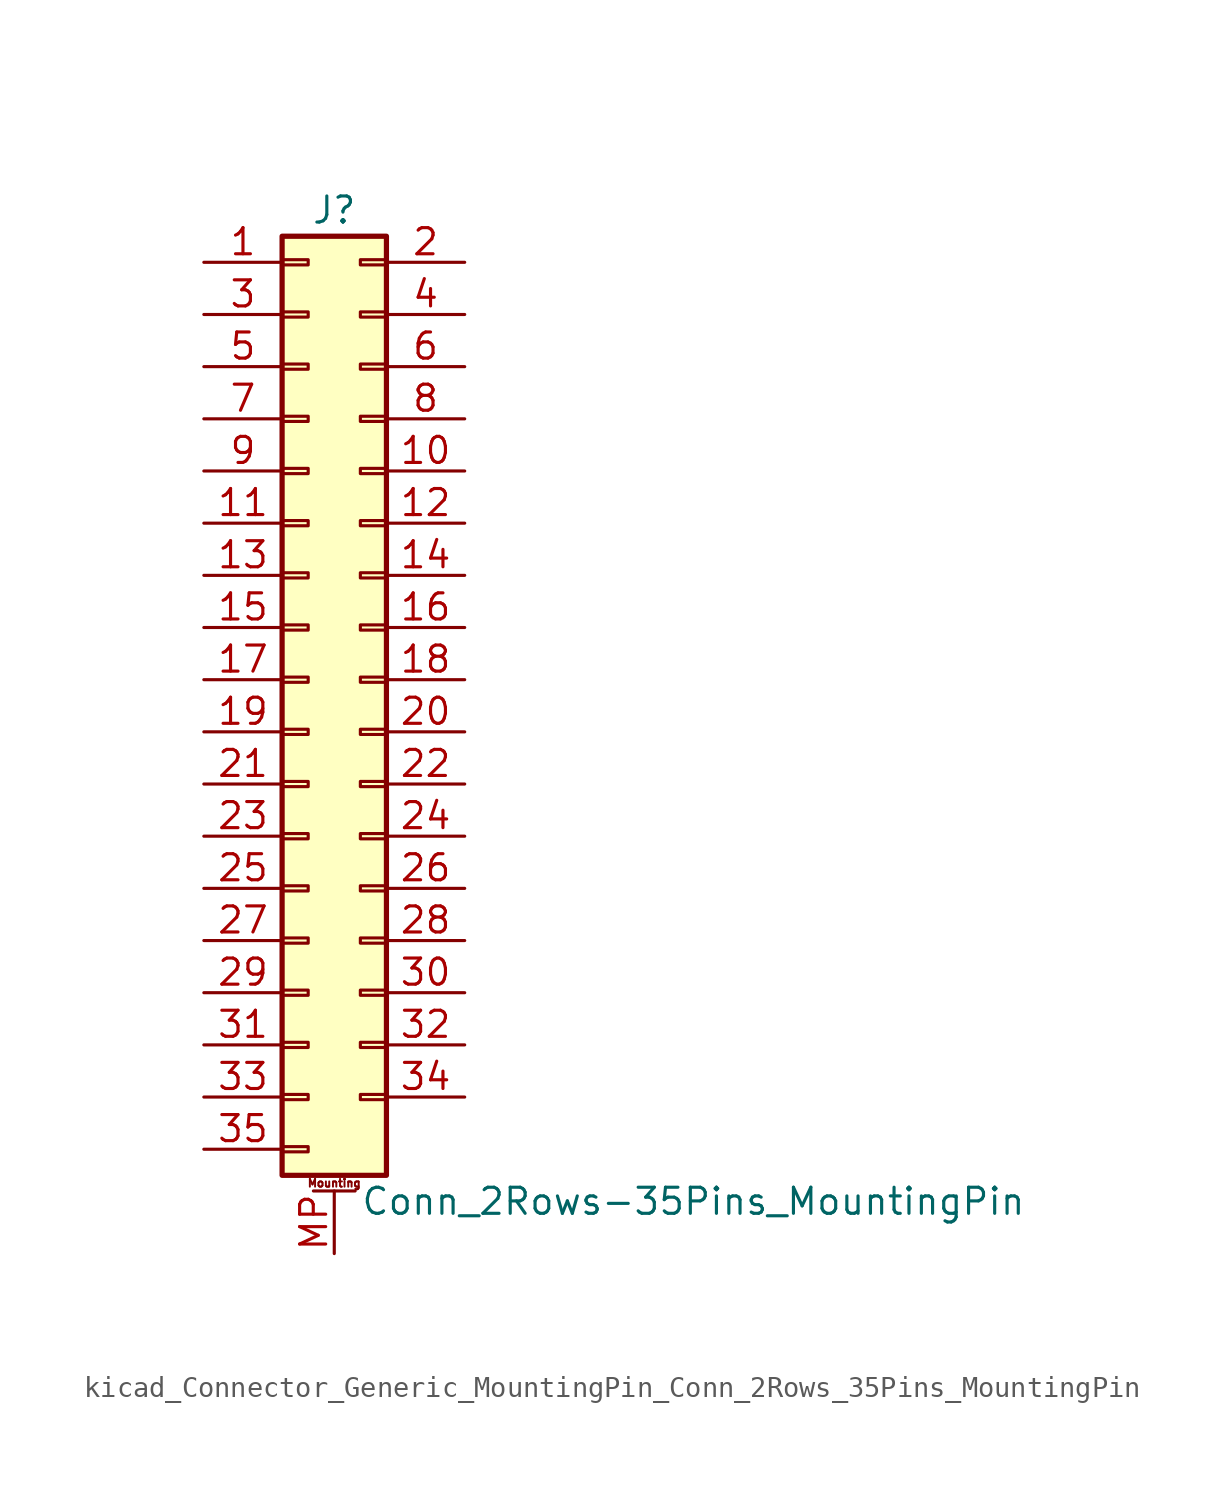
<source format=kicad_sym>
(kicad_symbol_lib
  (version 20220914)
  (generator kicad_symbol_editor)
  (symbol "kicad_Connector_Generic_MountingPin_Conn_2Rows_35Pins_MountingPin"
    (pin_names
      (offset 1.016) hide)
    (property "Reference" "J"
      (at 1.27 22.86 0)
      (effects (font (size 1.27 1.27))))
    (property "Value" "Conn_2Rows-35Pins_MountingPin"
      (at 2.54 -25.4 0)
      (effects (font (size 1.27 1.27)) (justify left)))
    (symbol "kicad_Connector_Generic_MountingPin_Conn_2Rows_35Pins_MountingPin_1_1"
      (rectangle (start -1.27 -22.733) (end 0 -22.987) (stroke (width 0.152) (type default)) (fill (type none)))
      (rectangle (start -1.27 -20.193) (end 0 -20.447) (stroke (width 0.152) (type default)) (fill (type none)))
      (rectangle (start -1.27 -17.653) (end 0 -17.907) (stroke (width 0.152) (type default)) (fill (type none)))
      (rectangle (start -1.27 -15.113) (end 0 -15.367) (stroke (width 0.152) (type default)) (fill (type none)))
      (rectangle (start -1.27 -12.573) (end 0 -12.827) (stroke (width 0.152) (type default)) (fill (type none)))
      (rectangle (start -1.27 -10.033) (end 0 -10.287) (stroke (width 0.152) (type default)) (fill (type none)))
      (rectangle (start -1.27 -7.493) (end 0 -7.747) (stroke (width 0.152) (type default)) (fill (type none)))
      (rectangle (start -1.27 -4.953) (end 0 -5.207) (stroke (width 0.152) (type default)) (fill (type none)))
      (rectangle (start -1.27 -2.413) (end 0 -2.667) (stroke (width 0.152) (type default)) (fill (type none)))
      (rectangle (start -1.27 0.127) (end 0 -0.127) (stroke (width 0.152) (type default)) (fill (type none)))
      (rectangle (start -1.27 2.667) (end 0 2.413) (stroke (width 0.152) (type default)) (fill (type none)))
      (rectangle (start -1.27 5.207) (end 0 4.953) (stroke (width 0.152) (type default)) (fill (type none)))
      (rectangle (start -1.27 7.747) (end 0 7.493) (stroke (width 0.152) (type default)) (fill (type none)))
      (rectangle (start -1.27 10.287) (end 0 10.033) (stroke (width 0.152) (type default)) (fill (type none)))
      (rectangle (start -1.27 12.827) (end 0 12.573) (stroke (width 0.152) (type default)) (fill (type none)))
      (rectangle (start -1.27 15.367) (end 0 15.113) (stroke (width 0.152) (type default)) (fill (type none)))
      (rectangle (start -1.27 17.907) (end 0 17.653) (stroke (width 0.152) (type default)) (fill (type none)))
      (rectangle (start -1.27 20.447) (end 0 20.193) (stroke (width 0.152) (type default)) (fill (type none)))
      (rectangle (start -1.27 21.59) (end 3.81 -24.13) (stroke (width 0.254) (type default)) (fill (type background)))
      (polyline (pts (xy 0.254 -24.892) (xy 2.286 -24.892)) (stroke (width 0.152) (type default)) (fill (type none)))
      (rectangle (start 3.81 -20.193) (end 2.54 -20.447) (stroke (width 0.152) (type default)) (fill (type none)))
      (rectangle (start 3.81 -17.653) (end 2.54 -17.907) (stroke (width 0.152) (type default)) (fill (type none)))
      (rectangle (start 3.81 -15.113) (end 2.54 -15.367) (stroke (width 0.152) (type default)) (fill (type none)))
      (rectangle (start 3.81 -12.573) (end 2.54 -12.827) (stroke (width 0.152) (type default)) (fill (type none)))
      (rectangle (start 3.81 -10.033) (end 2.54 -10.287) (stroke (width 0.152) (type default)) (fill (type none)))
      (rectangle (start 3.81 -7.493) (end 2.54 -7.747) (stroke (width 0.152) (type default)) (fill (type none)))
      (rectangle (start 3.81 -4.953) (end 2.54 -5.207) (stroke (width 0.152) (type default)) (fill (type none)))
      (rectangle (start 3.81 -2.413) (end 2.54 -2.667) (stroke (width 0.152) (type default)) (fill (type none)))
      (rectangle (start 3.81 0.127) (end 2.54 -0.127) (stroke (width 0.152) (type default)) (fill (type none)))
      (rectangle (start 3.81 2.667) (end 2.54 2.413) (stroke (width 0.152) (type default)) (fill (type none)))
      (rectangle (start 3.81 5.207) (end 2.54 4.953) (stroke (width 0.152) (type default)) (fill (type none)))
      (rectangle (start 3.81 7.747) (end 2.54 7.493) (stroke (width 0.152) (type default)) (fill (type none)))
      (rectangle (start 3.81 10.287) (end 2.54 10.033) (stroke (width 0.152) (type default)) (fill (type none)))
      (rectangle (start 3.81 12.827) (end 2.54 12.573) (stroke (width 0.152) (type default)) (fill (type none)))
      (rectangle (start 3.81 15.367) (end 2.54 15.113) (stroke (width 0.152) (type default)) (fill (type none)))
      (rectangle (start 3.81 17.907) (end 2.54 17.653) (stroke (width 0.152) (type default)) (fill (type none)))
      (rectangle (start 3.81 20.447) (end 2.54 20.193) (stroke (width 0.152) (type default)) (fill (type none)))
      (text "Mounting" (at 1.27 -24.511 0) (effects (font (size 0.381 0.381))))
      (pin passive line (at -5.08 20.32 0) (length 3.81) (name "Pin_1" (effects (font (size 1.27 1.27)))) (number "1" (effects (font (size 1.27 1.27)))))
      (pin passive line (at 7.62 10.16 180) (length 3.81) (name "Pin_10" (effects (font (size 1.27 1.27)))) (number "10" (effects (font (size 1.27 1.27)))))
      (pin passive line (at -5.08 7.62 0) (length 3.81) (name "Pin_11" (effects (font (size 1.27 1.27)))) (number "11" (effects (font (size 1.27 1.27)))))
      (pin passive line (at 7.62 7.62 180) (length 3.81) (name "Pin_12" (effects (font (size 1.27 1.27)))) (number "12" (effects (font (size 1.27 1.27)))))
      (pin passive line (at -5.08 5.08 0) (length 3.81) (name "Pin_13" (effects (font (size 1.27 1.27)))) (number "13" (effects (font (size 1.27 1.27)))))
      (pin passive line (at 7.62 5.08 180) (length 3.81) (name "Pin_14" (effects (font (size 1.27 1.27)))) (number "14" (effects (font (size 1.27 1.27)))))
      (pin passive line (at -5.08 2.54 0) (length 3.81) (name "Pin_15" (effects (font (size 1.27 1.27)))) (number "15" (effects (font (size 1.27 1.27)))))
      (pin passive line (at 7.62 2.54 180) (length 3.81) (name "Pin_16" (effects (font (size 1.27 1.27)))) (number "16" (effects (font (size 1.27 1.27)))))
      (pin passive line (at -5.08 0 0) (length 3.81) (name "Pin_17" (effects (font (size 1.27 1.27)))) (number "17" (effects (font (size 1.27 1.27)))))
      (pin passive line (at 7.62 0 180) (length 3.81) (name "Pin_18" (effects (font (size 1.27 1.27)))) (number "18" (effects (font (size 1.27 1.27)))))
      (pin passive line (at -5.08 -2.54 0) (length 3.81) (name "Pin_19" (effects (font (size 1.27 1.27)))) (number "19" (effects (font (size 1.27 1.27)))))
      (pin passive line (at 7.62 20.32 180) (length 3.81) (name "Pin_2" (effects (font (size 1.27 1.27)))) (number "2" (effects (font (size 1.27 1.27)))))
      (pin passive line (at 7.62 -2.54 180) (length 3.81) (name "Pin_20" (effects (font (size 1.27 1.27)))) (number "20" (effects (font (size 1.27 1.27)))))
      (pin passive line (at -5.08 -5.08 0) (length 3.81) (name "Pin_21" (effects (font (size 1.27 1.27)))) (number "21" (effects (font (size 1.27 1.27)))))
      (pin passive line (at 7.62 -5.08 180) (length 3.81) (name "Pin_22" (effects (font (size 1.27 1.27)))) (number "22" (effects (font (size 1.27 1.27)))))
      (pin passive line (at -5.08 -7.62 0) (length 3.81) (name "Pin_23" (effects (font (size 1.27 1.27)))) (number "23" (effects (font (size 1.27 1.27)))))
      (pin passive line (at 7.62 -7.62 180) (length 3.81) (name "Pin_24" (effects (font (size 1.27 1.27)))) (number "24" (effects (font (size 1.27 1.27)))))
      (pin passive line (at -5.08 -10.16 0) (length 3.81) (name "Pin_25" (effects (font (size 1.27 1.27)))) (number "25" (effects (font (size 1.27 1.27)))))
      (pin passive line (at 7.62 -10.16 180) (length 3.81) (name "Pin_26" (effects (font (size 1.27 1.27)))) (number "26" (effects (font (size 1.27 1.27)))))
      (pin passive line (at -5.08 -12.7 0) (length 3.81) (name "Pin_27" (effects (font (size 1.27 1.27)))) (number "27" (effects (font (size 1.27 1.27)))))
      (pin passive line (at 7.62 -12.7 180) (length 3.81) (name "Pin_28" (effects (font (size 1.27 1.27)))) (number "28" (effects (font (size 1.27 1.27)))))
      (pin passive line (at -5.08 -15.24 0) (length 3.81) (name "Pin_29" (effects (font (size 1.27 1.27)))) (number "29" (effects (font (size 1.27 1.27)))))
      (pin passive line (at -5.08 17.78 0) (length 3.81) (name "Pin_3" (effects (font (size 1.27 1.27)))) (number "3" (effects (font (size 1.27 1.27)))))
      (pin passive line (at 7.62 -15.24 180) (length 3.81) (name "Pin_30" (effects (font (size 1.27 1.27)))) (number "30" (effects (font (size 1.27 1.27)))))
      (pin passive line (at -5.08 -17.78 0) (length 3.81) (name "Pin_31" (effects (font (size 1.27 1.27)))) (number "31" (effects (font (size 1.27 1.27)))))
      (pin passive line (at 7.62 -17.78 180) (length 3.81) (name "Pin_32" (effects (font (size 1.27 1.27)))) (number "32" (effects (font (size 1.27 1.27)))))
      (pin passive line (at -5.08 -20.32 0) (length 3.81) (name "Pin_33" (effects (font (size 1.27 1.27)))) (number "33" (effects (font (size 1.27 1.27)))))
      (pin passive line (at 7.62 -20.32 180) (length 3.81) (name "Pin_34" (effects (font (size 1.27 1.27)))) (number "34" (effects (font (size 1.27 1.27)))))
      (pin passive line (at -5.08 -22.86 0) (length 3.81) (name "Pin_35" (effects (font (size 1.27 1.27)))) (number "35" (effects (font (size 1.27 1.27)))))
      (pin passive line (at 7.62 17.78 180) (length 3.81) (name "Pin_4" (effects (font (size 1.27 1.27)))) (number "4" (effects (font (size 1.27 1.27)))))
      (pin passive line (at -5.08 15.24 0) (length 3.81) (name "Pin_5" (effects (font (size 1.27 1.27)))) (number "5" (effects (font (size 1.27 1.27)))))
      (pin passive line (at 7.62 15.24 180) (length 3.81) (name "Pin_6" (effects (font (size 1.27 1.27)))) (number "6" (effects (font (size 1.27 1.27)))))
      (pin passive line (at -5.08 12.7 0) (length 3.81) (name "Pin_7" (effects (font (size 1.27 1.27)))) (number "7" (effects (font (size 1.27 1.27)))))
      (pin passive line (at 7.62 12.7 180) (length 3.81) (name "Pin_8" (effects (font (size 1.27 1.27)))) (number "8" (effects (font (size 1.27 1.27)))))
      (pin passive line (at -5.08 10.16 0) (length 3.81) (name "Pin_9" (effects (font (size 1.27 1.27)))) (number "9" (effects (font (size 1.27 1.27)))))
      (pin passive line (at 1.27 -27.94 90) (length 3.048) (name "MountPin" (effects (font (size 1.27 1.27)))) (number "MP" (effects (font (size 1.27 1.27))))))))
</source>
